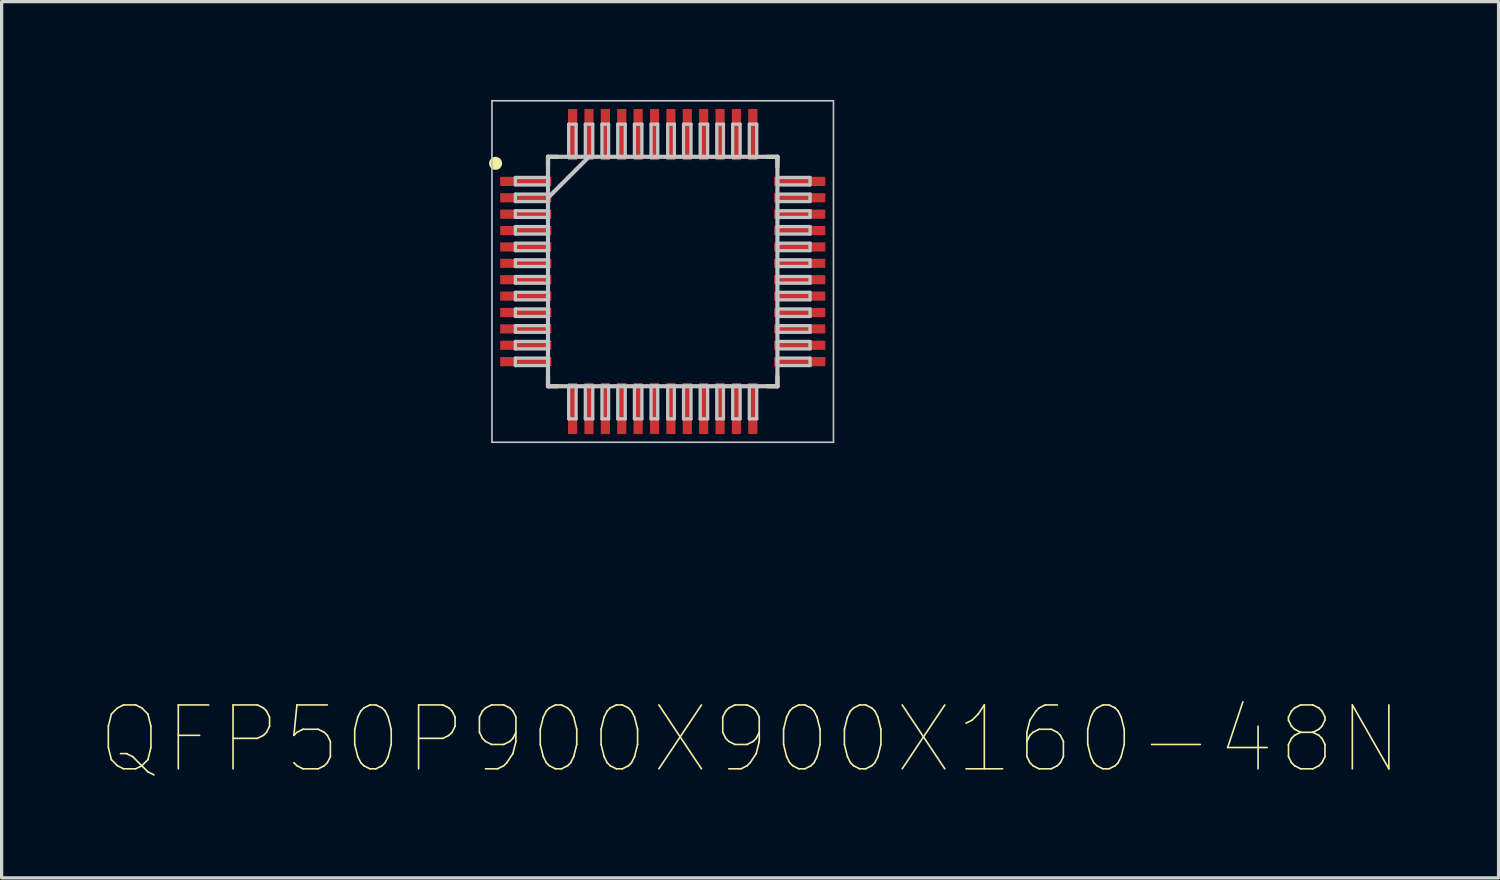
<source format=kicad_pcb>
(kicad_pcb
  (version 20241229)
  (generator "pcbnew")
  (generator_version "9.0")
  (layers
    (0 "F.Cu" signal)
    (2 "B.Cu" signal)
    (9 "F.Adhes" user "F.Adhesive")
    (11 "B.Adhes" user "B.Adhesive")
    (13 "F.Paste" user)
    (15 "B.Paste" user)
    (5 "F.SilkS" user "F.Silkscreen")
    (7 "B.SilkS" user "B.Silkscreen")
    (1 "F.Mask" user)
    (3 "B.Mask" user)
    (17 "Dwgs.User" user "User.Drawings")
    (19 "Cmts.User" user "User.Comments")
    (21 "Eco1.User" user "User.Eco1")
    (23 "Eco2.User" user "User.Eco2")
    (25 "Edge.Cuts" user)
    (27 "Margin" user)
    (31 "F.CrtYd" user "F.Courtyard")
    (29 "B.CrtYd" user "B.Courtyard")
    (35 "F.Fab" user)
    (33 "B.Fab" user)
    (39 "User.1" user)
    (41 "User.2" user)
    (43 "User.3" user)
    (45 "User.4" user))
  (footprint "QFP50P900X900X160-48N"
    (layer "F.Cu")
    (at 17.172 5.235)
    (property "Reference" "QFP50P900X900X160-48N" (at 2.667 14.275 180) (layer "F.SilkS") (effects (font (size 1.949 1.949) (thickness 0.05))))
    (attr smd)
    (fp_line (start -3.5 -3.5) (end -3.5 -3.2) (stroke (width 0.127) (type solid)) (layer "F.SilkS"))
    (fp_line (start -3.5 3.2) (end -3.5 3.5) (stroke (width 0.127) (type solid)) (layer "F.SilkS"))
    (fp_line (start -3.5 3.5) (end -3.2 3.5) (stroke (width 0.127) (type solid)) (layer "F.SilkS"))
    (fp_line (start -3.2 -3.5) (end -3.5 -3.5) (stroke (width 0.127) (type solid)) (layer "F.SilkS"))
    (fp_line (start 3.2 3.5) (end 3.5 3.5) (stroke (width 0.127) (type solid)) (layer "F.SilkS"))
    (fp_line (start 3.5 -3.5) (end 3.2 -3.5) (stroke (width 0.127) (type solid)) (layer "F.SilkS"))
    (fp_line (start 3.5 -3.2) (end 3.5 -3.5) (stroke (width 0.127) (type solid)) (layer "F.SilkS"))
    (fp_line (start 3.5 3.5) (end 3.5 3.2) (stroke (width 0.127) (type solid)) (layer "F.SilkS"))
    (fp_circle (center -5.1 -3.3) (end -5 -3.3) (stroke (width 0.2) (type solid)) (fill no) (layer "F.SilkS"))
    (fp_line (start -5.21 -5.21) (end 5.21 -5.21) (stroke (width 0.05) (type solid)) (layer "Dwgs.User"))
    (fp_line (start -5.21 5.21) (end -5.21 -5.21) (stroke (width 0.05) (type solid)) (layer "Dwgs.User"))
    (fp_line (start -4.496 -2.87) (end -4.496 -2.642) (stroke (width 0.1) (type solid)) (layer "Dwgs.User"))
    (fp_line (start -4.496 -2.642) (end -3.505 -2.642) (stroke (width 0.1) (type solid)) (layer "Dwgs.User"))
    (fp_line (start -4.496 -2.362) (end -4.496 -2.134) (stroke (width 0.1) (type solid)) (layer "Dwgs.User"))
    (fp_line (start -4.496 -2.134) (end -3.505 -2.134) (stroke (width 0.1) (type solid)) (layer "Dwgs.User"))
    (fp_line (start -4.496 -1.854) (end -4.496 -1.651) (stroke (width 0.1) (type solid)) (layer "Dwgs.User"))
    (fp_line (start -4.496 -1.651) (end -3.505 -1.651) (stroke (width 0.1) (type solid)) (layer "Dwgs.User"))
    (fp_line (start -4.496 -1.372) (end -4.496 -1.143) (stroke (width 0.1) (type solid)) (layer "Dwgs.User"))
    (fp_line (start -4.496 -1.143) (end -3.505 -1.143) (stroke (width 0.1) (type solid)) (layer "Dwgs.User"))
    (fp_line (start -4.496 -0.864) (end -4.496 -0.635) (stroke (width 0.1) (type solid)) (layer "Dwgs.User"))
    (fp_line (start -4.496 -0.635) (end -3.505 -0.635) (stroke (width 0.1) (type solid)) (layer "Dwgs.User"))
    (fp_line (start -4.496 -0.356) (end -4.496 -0.152) (stroke (width 0.1) (type solid)) (layer "Dwgs.User"))
    (fp_line (start -4.496 -0.152) (end -3.505 -0.152) (stroke (width 0.1) (type solid)) (layer "Dwgs.User"))
    (fp_line (start -4.496 0.152) (end -4.496 0.356) (stroke (width 0.1) (type solid)) (layer "Dwgs.User"))
    (fp_line (start -4.496 0.356) (end -3.505 0.356) (stroke (width 0.1) (type solid)) (layer "Dwgs.User"))
    (fp_line (start -4.496 0.635) (end -4.496 0.864) (stroke (width 0.1) (type solid)) (layer "Dwgs.User"))
    (fp_line (start -4.496 0.864) (end -3.505 0.864) (stroke (width 0.1) (type solid)) (layer "Dwgs.User"))
    (fp_line (start -4.496 1.143) (end -4.496 1.372) (stroke (width 0.1) (type solid)) (layer "Dwgs.User"))
    (fp_line (start -4.496 1.372) (end -3.505 1.372) (stroke (width 0.1) (type solid)) (layer "Dwgs.User"))
    (fp_line (start -4.496 1.651) (end -4.496 1.854) (stroke (width 0.1) (type solid)) (layer "Dwgs.User"))
    (fp_line (start -4.496 1.854) (end -3.505 1.854) (stroke (width 0.1) (type solid)) (layer "Dwgs.User"))
    (fp_line (start -4.496 2.134) (end -4.496 2.362) (stroke (width 0.1) (type solid)) (layer "Dwgs.User"))
    (fp_line (start -4.496 2.362) (end -3.505 2.362) (stroke (width 0.1) (type solid)) (layer "Dwgs.User"))
    (fp_line (start -4.496 2.642) (end -4.496 2.87) (stroke (width 0.1) (type solid)) (layer "Dwgs.User"))
    (fp_line (start -4.496 2.87) (end -3.505 2.87) (stroke (width 0.1) (type solid)) (layer "Dwgs.User"))
    (fp_line (start -3.505 -2.87) (end -4.496 -2.87) (stroke (width 0.1) (type solid)) (layer "Dwgs.User"))
    (fp_line (start -3.505 -2.642) (end -3.505 -2.87) (stroke (width 0.1) (type solid)) (layer "Dwgs.User"))
    (fp_line (start -3.505 -2.362) (end -4.496 -2.362) (stroke (width 0.1) (type solid)) (layer "Dwgs.User"))
    (fp_line (start -3.505 -2.134) (end -3.5 -2.25) (stroke (width 0.1) (type solid)) (layer "Dwgs.User"))
    (fp_line (start -3.505 -1.854) (end -4.496 -1.854) (stroke (width 0.1) (type solid)) (layer "Dwgs.User"))
    (fp_line (start -3.505 -1.651) (end -3.505 -1.854) (stroke (width 0.1) (type solid)) (layer "Dwgs.User"))
    (fp_line (start -3.505 -1.372) (end -4.496 -1.372) (stroke (width 0.1) (type solid)) (layer "Dwgs.User"))
    (fp_line (start -3.505 -1.143) (end -3.505 -1.372) (stroke (width 0.1) (type solid)) (layer "Dwgs.User"))
    (fp_line (start -3.505 -0.864) (end -4.496 -0.864) (stroke (width 0.1) (type solid)) (layer "Dwgs.User"))
    (fp_line (start -3.505 -0.635) (end -3.505 -0.864) (stroke (width 0.1) (type solid)) (layer "Dwgs.User"))
    (fp_line (start -3.505 -0.356) (end -4.496 -0.356) (stroke (width 0.1) (type solid)) (layer "Dwgs.User"))
    (fp_line (start -3.505 -0.152) (end -3.505 -0.356) (stroke (width 0.1) (type solid)) (layer "Dwgs.User"))
    (fp_line (start -3.505 0.152) (end -4.496 0.152) (stroke (width 0.1) (type solid)) (layer "Dwgs.User"))
    (fp_line (start -3.505 0.356) (end -3.505 0.152) (stroke (width 0.1) (type solid)) (layer "Dwgs.User"))
    (fp_line (start -3.505 0.635) (end -4.496 0.635) (stroke (width 0.1) (type solid)) (layer "Dwgs.User"))
    (fp_line (start -3.505 0.864) (end -3.505 0.635) (stroke (width 0.1) (type solid)) (layer "Dwgs.User"))
    (fp_line (start -3.505 1.143) (end -4.496 1.143) (stroke (width 0.1) (type solid)) (layer "Dwgs.User"))
    (fp_line (start -3.505 1.372) (end -3.505 1.143) (stroke (width 0.1) (type solid)) (layer "Dwgs.User"))
    (fp_line (start -3.505 1.651) (end -4.496 1.651) (stroke (width 0.1) (type solid)) (layer "Dwgs.User"))
    (fp_line (start -3.505 1.854) (end -3.505 1.651) (stroke (width 0.1) (type solid)) (layer "Dwgs.User"))
    (fp_line (start -3.505 2.134) (end -4.496 2.134) (stroke (width 0.1) (type solid)) (layer "Dwgs.User"))
    (fp_line (start -3.505 2.362) (end -3.505 2.134) (stroke (width 0.1) (type solid)) (layer "Dwgs.User"))
    (fp_line (start -3.505 2.642) (end -4.496 2.642) (stroke (width 0.1) (type solid)) (layer "Dwgs.User"))
    (fp_line (start -3.505 2.87) (end -3.505 2.642) (stroke (width 0.1) (type solid)) (layer "Dwgs.User"))
    (fp_line (start -3.5 -3.5) (end -3.5 -2.25) (stroke (width 0.127) (type solid)) (layer "Dwgs.User"))
    (fp_line (start -3.5 -2.25) (end -3.505 -2.362) (stroke (width 0.1) (type solid)) (layer "Dwgs.User"))
    (fp_line (start -3.5 -2.25) (end -3.5 3.5) (stroke (width 0.127) (type solid)) (layer "Dwgs.User"))
    (fp_line (start -3.5 -2.25) (end -2.25 -3.5) (stroke (width 0.127) (type solid)) (layer "Dwgs.User"))
    (fp_line (start -3.5 3.5) (end 3.5 3.5) (stroke (width 0.127) (type solid)) (layer "Dwgs.User"))
    (fp_line (start -2.87 -4.496) (end -2.87 -3.505) (stroke (width 0.1) (type solid)) (layer "Dwgs.User"))
    (fp_line (start -2.87 -3.505) (end -2.642 -3.505) (stroke (width 0.1) (type solid)) (layer "Dwgs.User"))
    (fp_line (start -2.87 3.505) (end -2.87 4.496) (stroke (width 0.1) (type solid)) (layer "Dwgs.User"))
    (fp_line (start -2.87 4.496) (end -2.642 4.496) (stroke (width 0.1) (type solid)) (layer "Dwgs.User"))
    (fp_line (start -2.642 -4.496) (end -2.87 -4.496) (stroke (width 0.1) (type solid)) (layer "Dwgs.User"))
    (fp_line (start -2.642 -3.505) (end -2.642 -4.496) (stroke (width 0.1) (type solid)) (layer "Dwgs.User"))
    (fp_line (start -2.642 3.505) (end -2.87 3.505) (stroke (width 0.1) (type solid)) (layer "Dwgs.User"))
    (fp_line (start -2.642 4.496) (end -2.642 3.505) (stroke (width 0.1) (type solid)) (layer "Dwgs.User"))
    (fp_line (start -2.362 -4.496) (end -2.362 -3.505) (stroke (width 0.1) (type solid)) (layer "Dwgs.User"))
    (fp_line (start -2.362 -3.505) (end -2.25 -3.5) (stroke (width 0.1) (type solid)) (layer "Dwgs.User"))
    (fp_line (start -2.362 3.505) (end -2.362 4.496) (stroke (width 0.1) (type solid)) (layer "Dwgs.User"))
    (fp_line (start -2.362 4.496) (end -2.134 4.496) (stroke (width 0.1) (type solid)) (layer "Dwgs.User"))
    (fp_line (start -2.25 -3.5) (end -3.5 -3.5) (stroke (width 0.127) (type solid)) (layer "Dwgs.User"))
    (fp_line (start -2.25 -3.5) (end -2.134 -3.505) (stroke (width 0.1) (type solid)) (layer "Dwgs.User"))
    (fp_line (start -2.134 -4.496) (end -2.362 -4.496) (stroke (width 0.1) (type solid)) (layer "Dwgs.User"))
    (fp_line (start -2.134 -3.505) (end -2.134 -4.496) (stroke (width 0.1) (type solid)) (layer "Dwgs.User"))
    (fp_line (start -2.134 3.505) (end -2.362 3.505) (stroke (width 0.1) (type solid)) (layer "Dwgs.User"))
    (fp_line (start -2.134 4.496) (end -2.134 3.505) (stroke (width 0.1) (type solid)) (layer "Dwgs.User"))
    (fp_line (start -1.854 -4.496) (end -1.854 -3.505) (stroke (width 0.1) (type solid)) (layer "Dwgs.User"))
    (fp_line (start -1.854 -3.505) (end -1.651 -3.505) (stroke (width 0.1) (type solid)) (layer "Dwgs.User"))
    (fp_line (start -1.854 3.505) (end -1.854 4.496) (stroke (width 0.1) (type solid)) (layer "Dwgs.User"))
    (fp_line (start -1.854 4.496) (end -1.651 4.496) (stroke (width 0.1) (type solid)) (layer "Dwgs.User"))
    (fp_line (start -1.651 -4.496) (end -1.854 -4.496) (stroke (width 0.1) (type solid)) (layer "Dwgs.User"))
    (fp_line (start -1.651 -3.505) (end -1.651 -4.496) (stroke (width 0.1) (type solid)) (layer "Dwgs.User"))
    (fp_line (start -1.651 3.505) (end -1.854 3.505) (stroke (width 0.1) (type solid)) (layer "Dwgs.User"))
    (fp_line (start -1.651 4.496) (end -1.651 3.505) (stroke (width 0.1) (type solid)) (layer "Dwgs.User"))
    (fp_line (start -1.372 -4.496) (end -1.372 -3.505) (stroke (width 0.1) (type solid)) (layer "Dwgs.User"))
    (fp_line (start -1.372 -3.505) (end -1.143 -3.505) (stroke (width 0.1) (type solid)) (layer "Dwgs.User"))
    (fp_line (start -1.372 3.505) (end -1.372 4.496) (stroke (width 0.1) (type solid)) (layer "Dwgs.User"))
    (fp_line (start -1.372 4.496) (end -1.143 4.496) (stroke (width 0.1) (type solid)) (layer "Dwgs.User"))
    (fp_line (start -1.143 -4.496) (end -1.372 -4.496) (stroke (width 0.1) (type solid)) (layer "Dwgs.User"))
    (fp_line (start -1.143 -3.505) (end -1.143 -4.496) (stroke (width 0.1) (type solid)) (layer "Dwgs.User"))
    (fp_line (start -1.143 3.505) (end -1.372 3.505) (stroke (width 0.1) (type solid)) (layer "Dwgs.User"))
    (fp_line (start -1.143 4.496) (end -1.143 3.505) (stroke (width 0.1) (type solid)) (layer "Dwgs.User"))
    (fp_line (start -0.864 -4.496) (end -0.864 -3.505) (stroke (width 0.1) (type solid)) (layer "Dwgs.User"))
    (fp_line (start -0.864 -3.505) (end -0.635 -3.505) (stroke (width 0.1) (type solid)) (layer "Dwgs.User"))
    (fp_line (start -0.864 3.505) (end -0.864 4.496) (stroke (width 0.1) (type solid)) (layer "Dwgs.User"))
    (fp_line (start -0.864 4.496) (end -0.635 4.496) (stroke (width 0.1) (type solid)) (layer "Dwgs.User"))
    (fp_line (start -0.635 -4.496) (end -0.864 -4.496) (stroke (width 0.1) (type solid)) (layer "Dwgs.User"))
    (fp_line (start -0.635 -3.505) (end -0.635 -4.496) (stroke (width 0.1) (type solid)) (layer "Dwgs.User"))
    (fp_line (start -0.635 3.505) (end -0.864 3.505) (stroke (width 0.1) (type solid)) (layer "Dwgs.User"))
    (fp_line (start -0.635 4.496) (end -0.635 3.505) (stroke (width 0.1) (type solid)) (layer "Dwgs.User"))
    (fp_line (start -0.356 -4.496) (end -0.356 -3.505) (stroke (width 0.1) (type solid)) (layer "Dwgs.User"))
    (fp_line (start -0.356 -3.505) (end -0.152 -3.505) (stroke (width 0.1) (type solid)) (layer "Dwgs.User"))
    (fp_line (start -0.356 3.505) (end -0.356 4.496) (stroke (width 0.1) (type solid)) (layer "Dwgs.User"))
    (fp_line (start -0.356 4.496) (end -0.152 4.496) (stroke (width 0.1) (type solid)) (layer "Dwgs.User"))
    (fp_line (start -0.152 -4.496) (end -0.356 -4.496) (stroke (width 0.1) (type solid)) (layer "Dwgs.User"))
    (fp_line (start -0.152 -3.505) (end -0.152 -4.496) (stroke (width 0.1) (type solid)) (layer "Dwgs.User"))
    (fp_line (start -0.152 3.505) (end -0.356 3.505) (stroke (width 0.1) (type solid)) (layer "Dwgs.User"))
    (fp_line (start -0.152 4.496) (end -0.152 3.505) (stroke (width 0.1) (type solid)) (layer "Dwgs.User"))
    (fp_line (start 0.152 -4.496) (end 0.152 -3.505) (stroke (width 0.1) (type solid)) (layer "Dwgs.User"))
    (fp_line (start 0.152 -3.505) (end 0.356 -3.505) (stroke (width 0.1) (type solid)) (layer "Dwgs.User"))
    (fp_line (start 0.152 3.505) (end 0.152 4.496) (stroke (width 0.1) (type solid)) (layer "Dwgs.User"))
    (fp_line (start 0.152 4.496) (end 0.356 4.496) (stroke (width 0.1) (type solid)) (layer "Dwgs.User"))
    (fp_line (start 0.356 -4.496) (end 0.152 -4.496) (stroke (width 0.1) (type solid)) (layer "Dwgs.User"))
    (fp_line (start 0.356 -3.505) (end 0.356 -4.496) (stroke (width 0.1) (type solid)) (layer "Dwgs.User"))
    (fp_line (start 0.356 3.505) (end 0.152 3.505) (stroke (width 0.1) (type solid)) (layer "Dwgs.User"))
    (fp_line (start 0.356 4.496) (end 0.356 3.505) (stroke (width 0.1) (type solid)) (layer "Dwgs.User"))
    (fp_line (start 0.635 -4.496) (end 0.635 -3.505) (stroke (width 0.1) (type solid)) (layer "Dwgs.User"))
    (fp_line (start 0.635 -3.505) (end 0.864 -3.505) (stroke (width 0.1) (type solid)) (layer "Dwgs.User"))
    (fp_line (start 0.635 3.505) (end 0.635 4.496) (stroke (width 0.1) (type solid)) (layer "Dwgs.User"))
    (fp_line (start 0.635 4.496) (end 0.864 4.496) (stroke (width 0.1) (type solid)) (layer "Dwgs.User"))
    (fp_line (start 0.864 -4.496) (end 0.635 -4.496) (stroke (width 0.1) (type solid)) (layer "Dwgs.User"))
    (fp_line (start 0.864 -3.505) (end 0.864 -4.496) (stroke (width 0.1) (type solid)) (layer "Dwgs.User"))
    (fp_line (start 0.864 3.505) (end 0.635 3.505) (stroke (width 0.1) (type solid)) (layer "Dwgs.User"))
    (fp_line (start 0.864 4.496) (end 0.864 3.505) (stroke (width 0.1) (type solid)) (layer "Dwgs.User"))
    (fp_line (start 1.143 -4.496) (end 1.143 -3.505) (stroke (width 0.1) (type solid)) (layer "Dwgs.User"))
    (fp_line (start 1.143 -3.505) (end 1.372 -3.505) (stroke (width 0.1) (type solid)) (layer "Dwgs.User"))
    (fp_line (start 1.143 3.505) (end 1.143 4.496) (stroke (width 0.1) (type solid)) (layer "Dwgs.User"))
    (fp_line (start 1.143 4.496) (end 1.372 4.496) (stroke (width 0.1) (type solid)) (layer "Dwgs.User"))
    (fp_line (start 1.372 -4.496) (end 1.143 -4.496) (stroke (width 0.1) (type solid)) (layer "Dwgs.User"))
    (fp_line (start 1.372 -3.505) (end 1.372 -4.496) (stroke (width 0.1) (type solid)) (layer "Dwgs.User"))
    (fp_line (start 1.372 3.505) (end 1.143 3.505) (stroke (width 0.1) (type solid)) (layer "Dwgs.User"))
    (fp_line (start 1.372 4.496) (end 1.372 3.505) (stroke (width 0.1) (type solid)) (layer "Dwgs.User"))
    (fp_line (start 1.651 -4.496) (end 1.651 -3.505) (stroke (width 0.1) (type solid)) (layer "Dwgs.User"))
    (fp_line (start 1.651 -3.505) (end 1.854 -3.505) (stroke (width 0.1) (type solid)) (layer "Dwgs.User"))
    (fp_line (start 1.651 3.505) (end 1.651 4.496) (stroke (width 0.1) (type solid)) (layer "Dwgs.User"))
    (fp_line (start 1.651 4.496) (end 1.854 4.496) (stroke (width 0.1) (type solid)) (layer "Dwgs.User"))
    (fp_line (start 1.854 -4.496) (end 1.651 -4.496) (stroke (width 0.1) (type solid)) (layer "Dwgs.User"))
    (fp_line (start 1.854 -3.505) (end 1.854 -4.496) (stroke (width 0.1) (type solid)) (layer "Dwgs.User"))
    (fp_line (start 1.854 3.505) (end 1.651 3.505) (stroke (width 0.1) (type solid)) (layer "Dwgs.User"))
    (fp_line (start 1.854 4.496) (end 1.854 3.505) (stroke (width 0.1) (type solid)) (layer "Dwgs.User"))
    (fp_line (start 2.134 -4.496) (end 2.134 -3.505) (stroke (width 0.1) (type solid)) (layer "Dwgs.User"))
    (fp_line (start 2.134 -3.505) (end 2.362 -3.505) (stroke (width 0.1) (type solid)) (layer "Dwgs.User"))
    (fp_line (start 2.134 3.505) (end 2.134 4.496) (stroke (width 0.1) (type solid)) (layer "Dwgs.User"))
    (fp_line (start 2.134 4.496) (end 2.362 4.496) (stroke (width 0.1) (type solid)) (layer "Dwgs.User"))
    (fp_line (start 2.362 -4.496) (end 2.134 -4.496) (stroke (width 0.1) (type solid)) (layer "Dwgs.User"))
    (fp_line (start 2.362 -3.505) (end 2.362 -4.496) (stroke (width 0.1) (type solid)) (layer "Dwgs.User"))
    (fp_line (start 2.362 3.505) (end 2.134 3.505) (stroke (width 0.1) (type solid)) (layer "Dwgs.User"))
    (fp_line (start 2.362 4.496) (end 2.362 3.505) (stroke (width 0.1) (type solid)) (layer "Dwgs.User"))
    (fp_line (start 2.642 -4.496) (end 2.642 -3.505) (stroke (width 0.1) (type solid)) (layer "Dwgs.User"))
    (fp_line (start 2.642 -3.505) (end 2.87 -3.505) (stroke (width 0.1) (type solid)) (layer "Dwgs.User"))
    (fp_line (start 2.642 3.505) (end 2.642 4.496) (stroke (width 0.1) (type solid)) (layer "Dwgs.User"))
    (fp_line (start 2.642 4.496) (end 2.87 4.496) (stroke (width 0.1) (type solid)) (layer "Dwgs.User"))
    (fp_line (start 2.87 -4.496) (end 2.642 -4.496) (stroke (width 0.1) (type solid)) (layer "Dwgs.User"))
    (fp_line (start 2.87 -3.505) (end 2.87 -4.496) (stroke (width 0.1) (type solid)) (layer "Dwgs.User"))
    (fp_line (start 2.87 3.505) (end 2.642 3.505) (stroke (width 0.1) (type solid)) (layer "Dwgs.User"))
    (fp_line (start 2.87 4.496) (end 2.87 3.505) (stroke (width 0.1) (type solid)) (layer "Dwgs.User"))
    (fp_line (start 3.5 -3.5) (end -2.25 -3.5) (stroke (width 0.127) (type solid)) (layer "Dwgs.User"))
    (fp_line (start 3.5 3.5) (end 3.5 -3.5) (stroke (width 0.127) (type solid)) (layer "Dwgs.User"))
    (fp_line (start 3.505 -2.87) (end 3.505 -2.642) (stroke (width 0.1) (type solid)) (layer "Dwgs.User"))
    (fp_line (start 3.505 -2.642) (end 4.496 -2.642) (stroke (width 0.1) (type solid)) (layer "Dwgs.User"))
    (fp_line (start 3.505 -2.362) (end 3.505 -2.134) (stroke (width 0.1) (type solid)) (layer "Dwgs.User"))
    (fp_line (start 3.505 -2.134) (end 4.496 -2.134) (stroke (width 0.1) (type solid)) (layer "Dwgs.User"))
    (fp_line (start 3.505 -1.854) (end 3.505 -1.651) (stroke (width 0.1) (type solid)) (layer "Dwgs.User"))
    (fp_line (start 3.505 -1.651) (end 4.496 -1.651) (stroke (width 0.1) (type solid)) (layer "Dwgs.User"))
    (fp_line (start 3.505 -1.372) (end 3.505 -1.143) (stroke (width 0.1) (type solid)) (layer "Dwgs.User"))
    (fp_line (start 3.505 -1.143) (end 4.496 -1.143) (stroke (width 0.1) (type solid)) (layer "Dwgs.User"))
    (fp_line (start 3.505 -0.864) (end 3.505 -0.635) (stroke (width 0.1) (type solid)) (layer "Dwgs.User"))
    (fp_line (start 3.505 -0.635) (end 4.496 -0.635) (stroke (width 0.1) (type solid)) (layer "Dwgs.User"))
    (fp_line (start 3.505 -0.356) (end 3.505 -0.152) (stroke (width 0.1) (type solid)) (layer "Dwgs.User"))
    (fp_line (start 3.505 -0.152) (end 4.496 -0.152) (stroke (width 0.1) (type solid)) (layer "Dwgs.User"))
    (fp_line (start 3.505 0.152) (end 3.505 0.356) (stroke (width 0.1) (type solid)) (layer "Dwgs.User"))
    (fp_line (start 3.505 0.356) (end 4.496 0.356) (stroke (width 0.1) (type solid)) (layer "Dwgs.User"))
    (fp_line (start 3.505 0.635) (end 3.505 0.864) (stroke (width 0.1) (type solid)) (layer "Dwgs.User"))
    (fp_line (start 3.505 0.864) (end 4.496 0.864) (stroke (width 0.1) (type solid)) (layer "Dwgs.User"))
    (fp_line (start 3.505 1.143) (end 3.505 1.372) (stroke (width 0.1) (type solid)) (layer "Dwgs.User"))
    (fp_line (start 3.505 1.372) (end 4.496 1.372) (stroke (width 0.1) (type solid)) (layer "Dwgs.User"))
    (fp_line (start 3.505 1.651) (end 3.505 1.854) (stroke (width 0.1) (type solid)) (layer "Dwgs.User"))
    (fp_line (start 3.505 1.854) (end 4.496 1.854) (stroke (width 0.1) (type solid)) (layer "Dwgs.User"))
    (fp_line (start 3.505 2.134) (end 3.505 2.362) (stroke (width 0.1) (type solid)) (layer "Dwgs.User"))
    (fp_line (start 3.505 2.362) (end 4.496 2.362) (stroke (width 0.1) (type solid)) (layer "Dwgs.User"))
    (fp_line (start 3.505 2.642) (end 3.505 2.87) (stroke (width 0.1) (type solid)) (layer "Dwgs.User"))
    (fp_line (start 3.505 2.87) (end 4.496 2.87) (stroke (width 0.1) (type solid)) (layer "Dwgs.User"))
    (fp_line (start 4.496 -2.87) (end 3.505 -2.87) (stroke (width 0.1) (type solid)) (layer "Dwgs.User"))
    (fp_line (start 4.496 -2.642) (end 4.496 -2.87) (stroke (width 0.1) (type solid)) (layer "Dwgs.User"))
    (fp_line (start 4.496 -2.362) (end 3.505 -2.362) (stroke (width 0.1) (type solid)) (layer "Dwgs.User"))
    (fp_line (start 4.496 -2.134) (end 4.496 -2.362) (stroke (width 0.1) (type solid)) (layer "Dwgs.User"))
    (fp_line (start 4.496 -1.854) (end 3.505 -1.854) (stroke (width 0.1) (type solid)) (layer "Dwgs.User"))
    (fp_line (start 4.496 -1.651) (end 4.496 -1.854) (stroke (width 0.1) (type solid)) (layer "Dwgs.User"))
    (fp_line (start 4.496 -1.372) (end 3.505 -1.372) (stroke (width 0.1) (type solid)) (layer "Dwgs.User"))
    (fp_line (start 4.496 -1.143) (end 4.496 -1.372) (stroke (width 0.1) (type solid)) (layer "Dwgs.User"))
    (fp_line (start 4.496 -0.864) (end 3.505 -0.864) (stroke (width 0.1) (type solid)) (layer "Dwgs.User"))
    (fp_line (start 4.496 -0.635) (end 4.496 -0.864) (stroke (width 0.1) (type solid)) (layer "Dwgs.User"))
    (fp_line (start 4.496 -0.356) (end 3.505 -0.356) (stroke (width 0.1) (type solid)) (layer "Dwgs.User"))
    (fp_line (start 4.496 -0.152) (end 4.496 -0.356) (stroke (width 0.1) (type solid)) (layer "Dwgs.User"))
    (fp_line (start 4.496 0.152) (end 3.505 0.152) (stroke (width 0.1) (type solid)) (layer "Dwgs.User"))
    (fp_line (start 4.496 0.356) (end 4.496 0.152) (stroke (width 0.1) (type solid)) (layer "Dwgs.User"))
    (fp_line (start 4.496 0.635) (end 3.505 0.635) (stroke (width 0.1) (type solid)) (layer "Dwgs.User"))
    (fp_line (start 4.496 0.864) (end 4.496 0.635) (stroke (width 0.1) (type solid)) (layer "Dwgs.User"))
    (fp_line (start 4.496 1.143) (end 3.505 1.143) (stroke (width 0.1) (type solid)) (layer "Dwgs.User"))
    (fp_line (start 4.496 1.372) (end 4.496 1.143) (stroke (width 0.1) (type solid)) (layer "Dwgs.User"))
    (fp_line (start 4.496 1.651) (end 3.505 1.651) (stroke (width 0.1) (type solid)) (layer "Dwgs.User"))
    (fp_line (start 4.496 1.854) (end 4.496 1.651) (stroke (width 0.1) (type solid)) (layer "Dwgs.User"))
    (fp_line (start 4.496 2.134) (end 3.505 2.134) (stroke (width 0.1) (type solid)) (layer "Dwgs.User"))
    (fp_line (start 4.496 2.362) (end 4.496 2.134) (stroke (width 0.1) (type solid)) (layer "Dwgs.User"))
    (fp_line (start 4.496 2.642) (end 3.505 2.642) (stroke (width 0.1) (type solid)) (layer "Dwgs.User"))
    (fp_line (start 4.496 2.87) (end 4.496 2.642) (stroke (width 0.1) (type solid)) (layer "Dwgs.User"))
    (fp_line (start 5.21 -5.21) (end 5.21 5.21) (stroke (width 0.05) (type solid)) (layer "Dwgs.User"))
    (fp_line (start 5.21 5.21) (end -5.21 5.21) (stroke (width 0.05) (type solid)) (layer "Dwgs.User"))
    (pad "1" smd rect (at -4.18 -2.75 270) (size 0.28 1.56) (layers "F.Cu" "F.Mask" "F.Paste"))
    (pad "2" smd rect (at -4.18 -2.25 270) (size 0.28 1.56) (layers "F.Cu" "F.Mask" "F.Paste"))
    (pad "3" smd rect (at -4.18 -1.75 270) (size 0.28 1.56) (layers "F.Cu" "F.Mask" "F.Paste"))
    (pad "4" smd rect (at -4.18 -1.25 270) (size 0.28 1.56) (layers "F.Cu" "F.Mask" "F.Paste"))
    (pad "5" smd rect (at -4.18 -0.75 270) (size 0.28 1.56) (layers "F.Cu" "F.Mask" "F.Paste"))
    (pad "6" smd rect (at -4.18 -0.25 270) (size 0.28 1.56) (layers "F.Cu" "F.Mask" "F.Paste"))
    (pad "7" smd rect (at -4.18 0.25 270) (size 0.28 1.56) (layers "F.Cu" "F.Mask" "F.Paste"))
    (pad "8" smd rect (at -4.18 0.75 270) (size 0.28 1.56) (layers "F.Cu" "F.Mask" "F.Paste"))
    (pad "9" smd rect (at -4.18 1.25 270) (size 0.28 1.56) (layers "F.Cu" "F.Mask" "F.Paste"))
    (pad "10" smd rect (at -4.18 1.75 270) (size 0.28 1.56) (layers "F.Cu" "F.Mask" "F.Paste"))
    (pad "11" smd rect (at -4.18 2.25 270) (size 0.28 1.56) (layers "F.Cu" "F.Mask" "F.Paste"))
    (pad "12" smd rect (at -4.18 2.75 270) (size 0.28 1.56) (layers "F.Cu" "F.Mask" "F.Paste"))
    (pad "13" smd rect (at -2.75 4.18 180) (size 0.28 1.56) (layers "F.Cu" "F.Mask" "F.Paste"))
    (pad "14" smd rect (at -2.25 4.18 180) (size 0.28 1.56) (layers "F.Cu" "F.Mask" "F.Paste"))
    (pad "15" smd rect (at -1.75 4.18 180) (size 0.28 1.56) (layers "F.Cu" "F.Mask" "F.Paste"))
    (pad "16" smd rect (at -1.25 4.18 180) (size 0.28 1.56) (layers "F.Cu" "F.Mask" "F.Paste"))
    (pad "17" smd rect (at -0.75 4.18 180) (size 0.28 1.56) (layers "F.Cu" "F.Mask" "F.Paste"))
    (pad "18" smd rect (at -0.25 4.18 180) (size 0.28 1.56) (layers "F.Cu" "F.Mask" "F.Paste"))
    (pad "19" smd rect (at 0.25 4.18 180) (size 0.28 1.56) (layers "F.Cu" "F.Mask" "F.Paste"))
    (pad "20" smd rect (at 0.75 4.18 180) (size 0.28 1.56) (layers "F.Cu" "F.Mask" "F.Paste"))
    (pad "21" smd rect (at 1.25 4.18 180) (size 0.28 1.56) (layers "F.Cu" "F.Mask" "F.Paste"))
    (pad "22" smd rect (at 1.75 4.18 180) (size 0.28 1.56) (layers "F.Cu" "F.Mask" "F.Paste"))
    (pad "23" smd rect (at 2.25 4.18 180) (size 0.28 1.56) (layers "F.Cu" "F.Mask" "F.Paste"))
    (pad "24" smd rect (at 2.75 4.18 180) (size 0.28 1.56) (layers "F.Cu" "F.Mask" "F.Paste"))
    (pad "25" smd rect (at 4.18 2.75 270) (size 0.28 1.56) (layers "F.Cu" "F.Mask" "F.Paste"))
    (pad "26" smd rect (at 4.18 2.25 270) (size 0.28 1.56) (layers "F.Cu" "F.Mask" "F.Paste"))
    (pad "27" smd rect (at 4.18 1.75 270) (size 0.28 1.56) (layers "F.Cu" "F.Mask" "F.Paste"))
    (pad "28" smd rect (at 4.18 1.25 270) (size 0.28 1.56) (layers "F.Cu" "F.Mask" "F.Paste"))
    (pad "29" smd rect (at 4.18 0.75 270) (size 0.28 1.56) (layers "F.Cu" "F.Mask" "F.Paste"))
    (pad "30" smd rect (at 4.18 0.25 270) (size 0.28 1.56) (layers "F.Cu" "F.Mask" "F.Paste"))
    (pad "31" smd rect (at 4.18 -0.25 270) (size 0.28 1.56) (layers "F.Cu" "F.Mask" "F.Paste"))
    (pad "32" smd rect (at 4.18 -0.75 270) (size 0.28 1.56) (layers "F.Cu" "F.Mask" "F.Paste"))
    (pad "33" smd rect (at 4.18 -1.25 270) (size 0.28 1.56) (layers "F.Cu" "F.Mask" "F.Paste"))
    (pad "34" smd rect (at 4.18 -1.75 270) (size 0.28 1.56) (layers "F.Cu" "F.Mask" "F.Paste"))
    (pad "35" smd rect (at 4.18 -2.25 270) (size 0.28 1.56) (layers "F.Cu" "F.Mask" "F.Paste"))
    (pad "36" smd rect (at 4.18 -2.75 270) (size 0.28 1.56) (layers "F.Cu" "F.Mask" "F.Paste"))
    (pad "37" smd rect (at 2.75 -4.18 180) (size 0.28 1.56) (layers "F.Cu" "F.Mask" "F.Paste"))
    (pad "38" smd rect (at 2.25 -4.18 180) (size 0.28 1.56) (layers "F.Cu" "F.Mask" "F.Paste"))
    (pad "39" smd rect (at 1.75 -4.18 180) (size 0.28 1.56) (layers "F.Cu" "F.Mask" "F.Paste"))
    (pad "40" smd rect (at 1.25 -4.18 180) (size 0.28 1.56) (layers "F.Cu" "F.Mask" "F.Paste"))
    (pad "41" smd rect (at 0.75 -4.18 180) (size 0.28 1.56) (layers "F.Cu" "F.Mask" "F.Paste"))
    (pad "42" smd rect (at 0.25 -4.18 180) (size 0.28 1.56) (layers "F.Cu" "F.Mask" "F.Paste"))
    (pad "43" smd rect (at -0.25 -4.18 180) (size 0.28 1.56) (layers "F.Cu" "F.Mask" "F.Paste"))
    (pad "44" smd rect (at -0.75 -4.18 180) (size 0.28 1.56) (layers "F.Cu" "F.Mask" "F.Paste"))
    (pad "45" smd rect (at -1.25 -4.18 180) (size 0.28 1.56) (layers "F.Cu" "F.Mask" "F.Paste"))
    (pad "46" smd rect (at -1.75 -4.18 180) (size 0.28 1.56) (layers "F.Cu" "F.Mask" "F.Paste"))
    (pad "47" smd rect (at -2.25 -4.18 180) (size 0.28 1.56) (layers "F.Cu" "F.Mask" "F.Paste"))
    (pad "48" smd rect (at -2.75 -4.18 180) (size 0.28 1.56) (layers "F.Cu" "F.Mask" "F.Paste")))
  (gr_rect
    (start -3 -3)
    (end 42.677 23.738)
    (stroke (width 0.1) (type default))
    (fill no)
    (layer "Edge.Cuts")))
</source>
